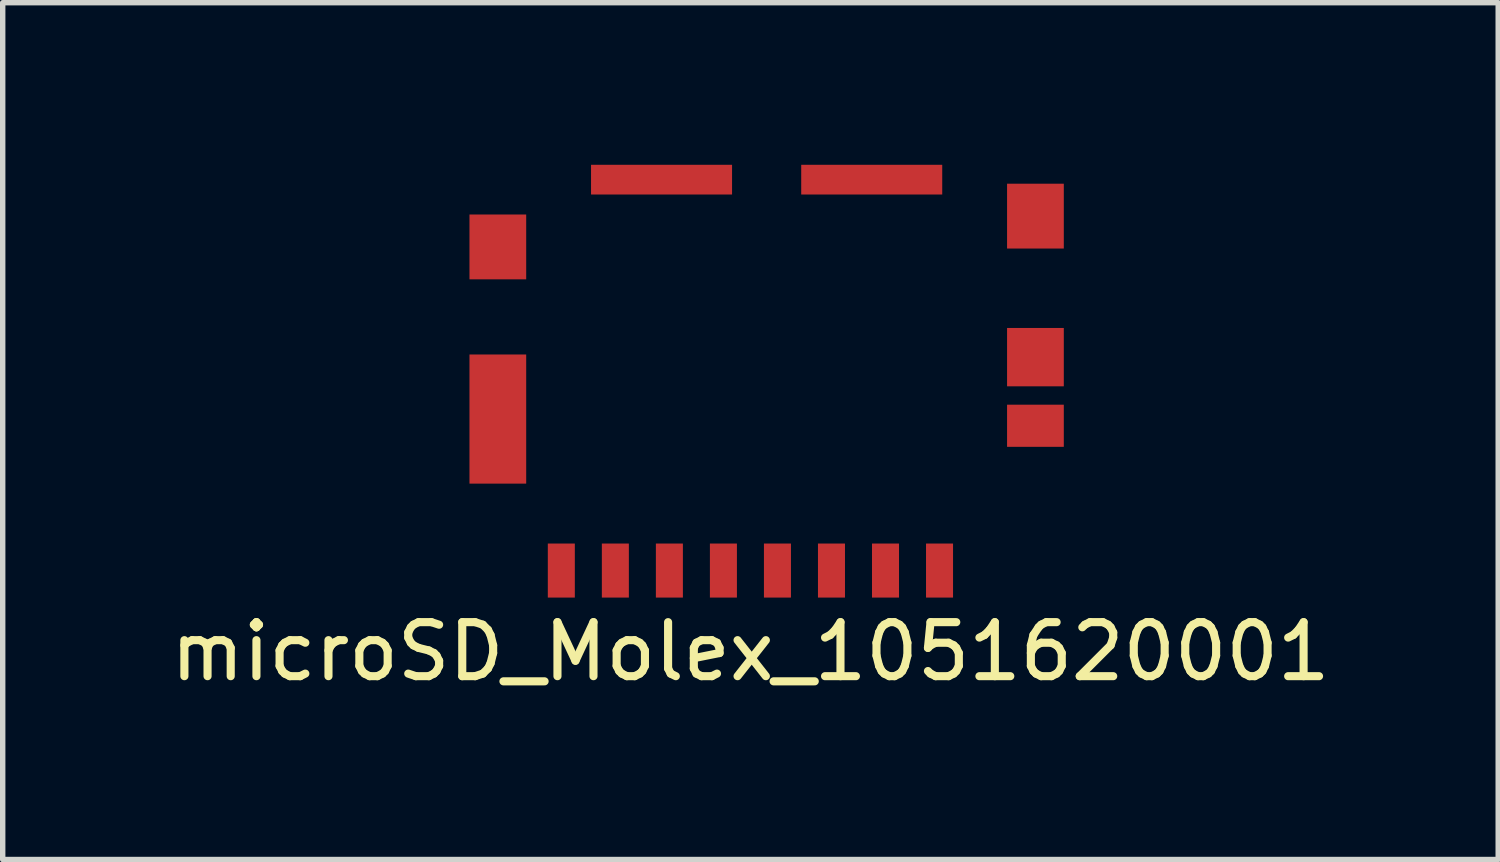
<source format=kicad_pcb>
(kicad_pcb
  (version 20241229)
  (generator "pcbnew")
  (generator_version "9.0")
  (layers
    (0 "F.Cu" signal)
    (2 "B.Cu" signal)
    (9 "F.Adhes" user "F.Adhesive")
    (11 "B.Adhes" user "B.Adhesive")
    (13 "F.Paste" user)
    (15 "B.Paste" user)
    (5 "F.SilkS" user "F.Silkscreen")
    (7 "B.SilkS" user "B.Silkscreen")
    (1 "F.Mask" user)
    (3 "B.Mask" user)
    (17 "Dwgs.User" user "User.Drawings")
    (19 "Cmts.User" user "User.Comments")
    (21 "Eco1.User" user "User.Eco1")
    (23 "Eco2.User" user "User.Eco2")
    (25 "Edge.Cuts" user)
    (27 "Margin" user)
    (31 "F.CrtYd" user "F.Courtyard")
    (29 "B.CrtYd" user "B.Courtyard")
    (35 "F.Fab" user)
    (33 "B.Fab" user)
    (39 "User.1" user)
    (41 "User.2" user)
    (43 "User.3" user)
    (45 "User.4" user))
  (footprint "microSD_Molex_1051620001"
    (layer "F.Cu")
    (at 14.589 8.01)
    (property "Reference" "microSD_Molex_1051620001" (at -3.75 1 0) (layer "F.SilkS") (effects (font (size 1 1) (thickness 0.15))))
    (attr through_hole)
    (pad "1" smd rect (at -0.25 -0.5) (size 0.5 1) (layers "F.Cu" "F.Mask" "F.Paste"))
    (pad "2" smd rect (at -1.25 -0.5) (size 0.5 1) (layers "F.Cu" "F.Mask" "F.Paste"))
    (pad "3" smd rect (at -2.25 -0.5) (size 0.5 1) (layers "F.Cu" "F.Mask" "F.Paste"))
    (pad "4" smd rect (at -3.25 -0.5) (size 0.5 1) (layers "F.Cu" "F.Mask" "F.Paste"))
    (pad "5" smd rect (at -4.25 -0.5) (size 0.5 1) (layers "F.Cu" "F.Mask" "F.Paste"))
    (pad "6" smd rect (at -5.25 -0.5) (size 0.5 1) (layers "F.Cu" "F.Mask" "F.Paste"))
    (pad "7" smd rect (at -6.25 -0.5) (size 0.5 1) (layers "F.Cu" "F.Mask" "F.Paste"))
    (pad "8" smd rect (at -7.25 -0.5) (size 0.5 1) (layers "F.Cu" "F.Mask" "F.Paste"))
    (pad "9" smd rect (at 1 -2.79) (size 1.05 0.78) (drill (offset 0.525 -0.39)) (layers "F.Cu" "F.Mask" "F.Paste"))
    (pad "10" smd rect (at -8.95 -5.89) (size 1.05 1.2) (drill (offset 0.525 -0.6)) (layers "F.Cu" "F.Mask" "F.Paste"))
    (pad "10" smd rect (at -8.95 -2.11) (size 1.05 2.39) (drill (offset 0.525 -1.194)) (layers "F.Cu" "F.Mask" "F.Paste"))
    (pad "10" smd rect (at 1 -6.46) (size 1.05 1.2) (drill (offset 0.525 -0.6)) (layers "F.Cu" "F.Mask" "F.Paste"))
    (pad "10" smd rect (at 1 -3.91) (size 1.05 1.08) (drill (offset 0.525 -0.54)) (layers "F.Cu" "F.Mask" "F.Paste"))
    (pad "11" smd rect (at -6.7 -7.46) (size 2.61 0.55) (drill (offset 1.305 -0.275)) (layers "F.Cu" "F.Mask" "F.Paste"))
    (pad "11" smd rect (at -2.81 -7.46) (size 2.61 0.55) (drill (offset 1.305 -0.275)) (layers "F.Cu" "F.Mask" "F.Paste")))
  (gr_rect
    (start -3 -3)
    (end 24.679 12.858)
    (stroke (width 0.1) (type default))
    (fill no)
    (layer "Edge.Cuts")))
</source>
